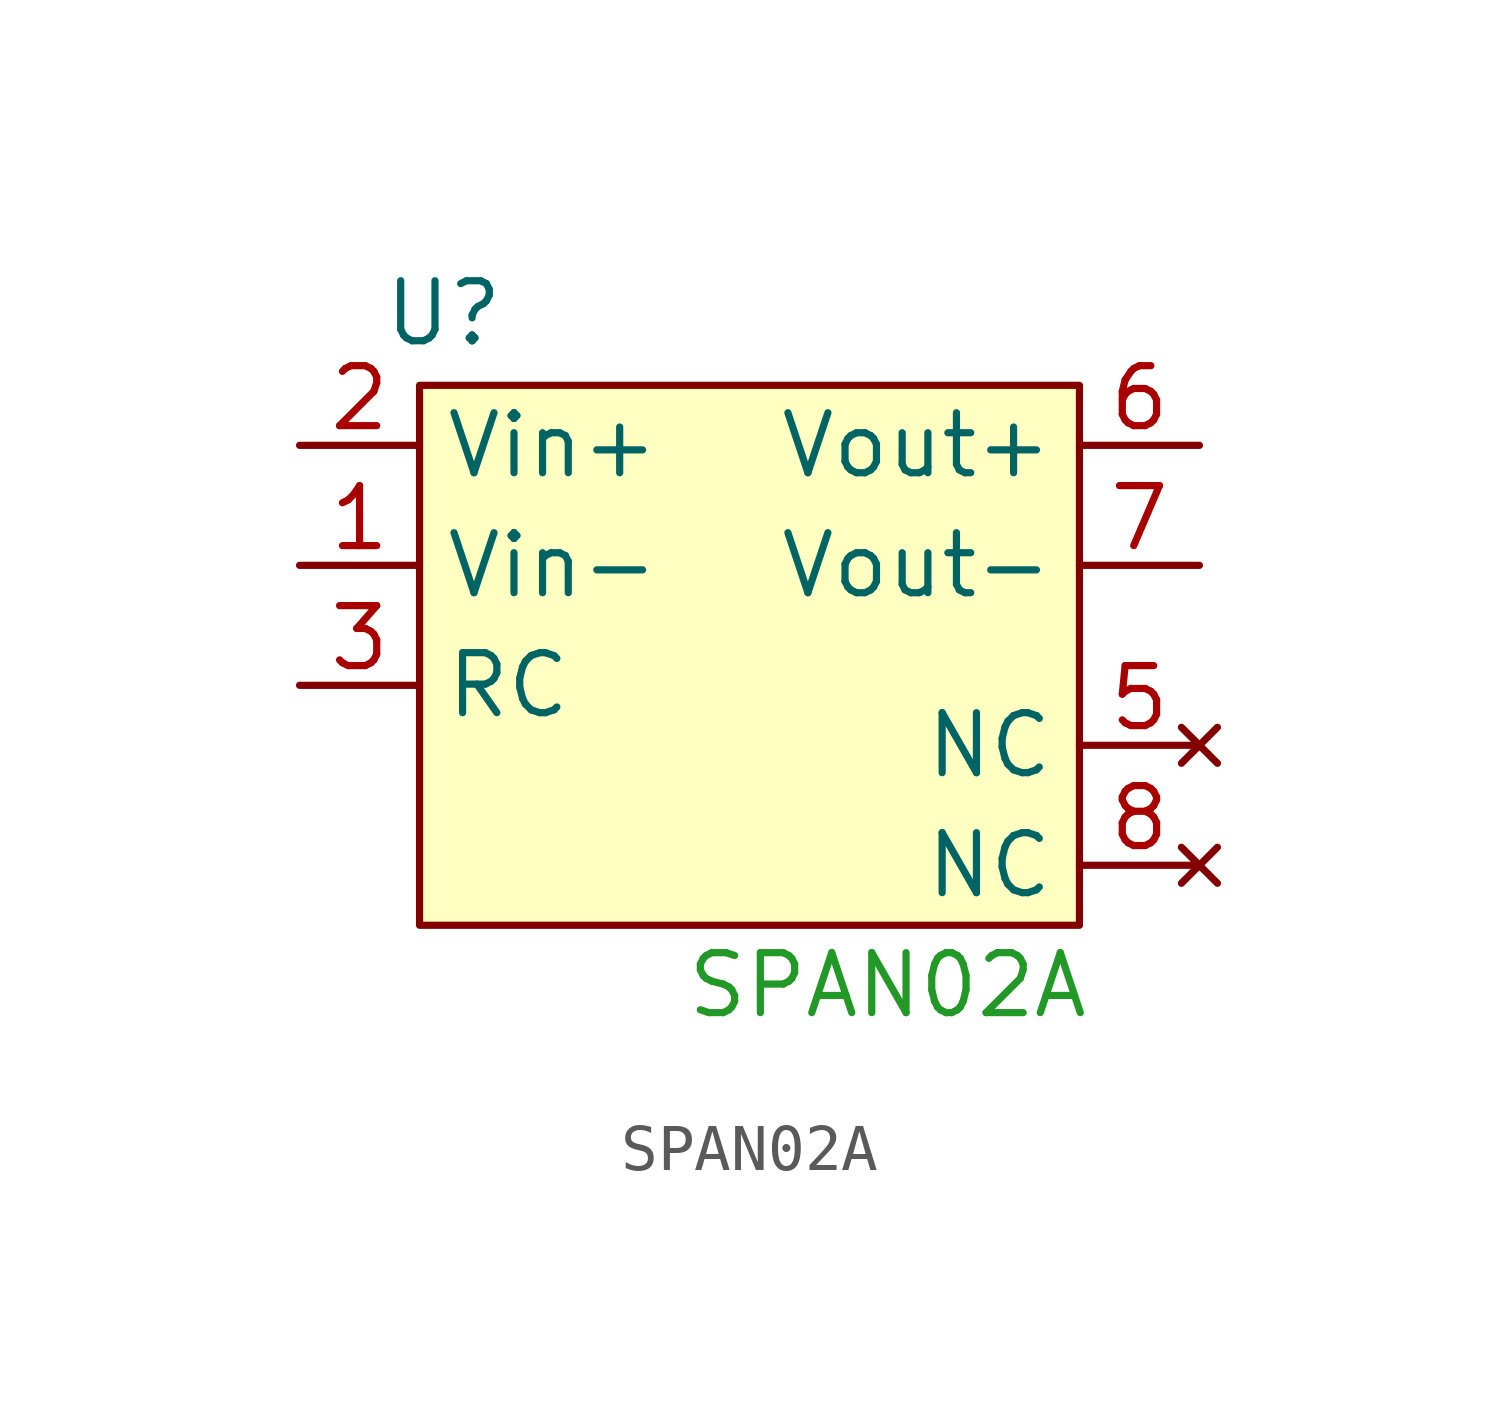
<source format=kicad_sym>
(kicad_symbol_lib
  (version 20231120)
  (generator "kicad_symbol_editor")
  (generator_version "8.0")
  (symbol "SPAN02A"
    (property "Reference" "U"
      (at -5.842 2.794 0)
      (effects (font (size 1.27 1.27))))
    (property "Value" ""
      (at 0.762 -3.048 0)
      (effects (font (size 1.27 1.27))))
    (symbol "SPAN02A_1_1"
      (rectangle (start -6.35 1.27) (end 7.62 -10.16) (stroke (width 0) (type default)) (fill (type background)))
      (text "SPAN02A\n" (at 3.556 -11.43 0) (effects (font (size 1.27 1.27) (color 34 153 38 1))))
      (pin power_in line (at -8.89 -2.54 0) (length 2.54) (name "Vin-" (effects (font (size 1.27 1.27)))) (number "1" (effects (font (size 1.27 1.27)))))
      (pin power_in line (at -8.89 0 0) (length 2.54) (name "Vin+" (effects (font (size 1.27 1.27)))) (number "2" (effects (font (size 1.27 1.27)))))
      (pin passive line (at -8.89 -5.08 0) (length 2.54) (name "RC" (effects (font (size 1.27 1.27)))) (number "3" (effects (font (size 1.27 1.27)))))
      (pin no_connect line (at 10.16 -6.35 180) (length 2.54) (name "NC" (effects (font (size 1.27 1.27)))) (number "5" (effects (font (size 1.27 1.27)))))
      (pin power_out line (at 10.16 0 180) (length 2.54) (name "Vout+" (effects (font (size 1.27 1.27)))) (number "6" (effects (font (size 1.27 1.27)))))
      (pin power_out line (at 10.16 -2.54 180) (length 2.54) (name "Vout-" (effects (font (size 1.27 1.27)))) (number "7" (effects (font (size 1.27 1.27)))))
      (pin no_connect line (at 10.16 -8.89 180) (length 2.54) (name "NC" (effects (font (size 1.27 1.27)))) (number "8" (effects (font (size 1.27 1.27))))))))
</source>
